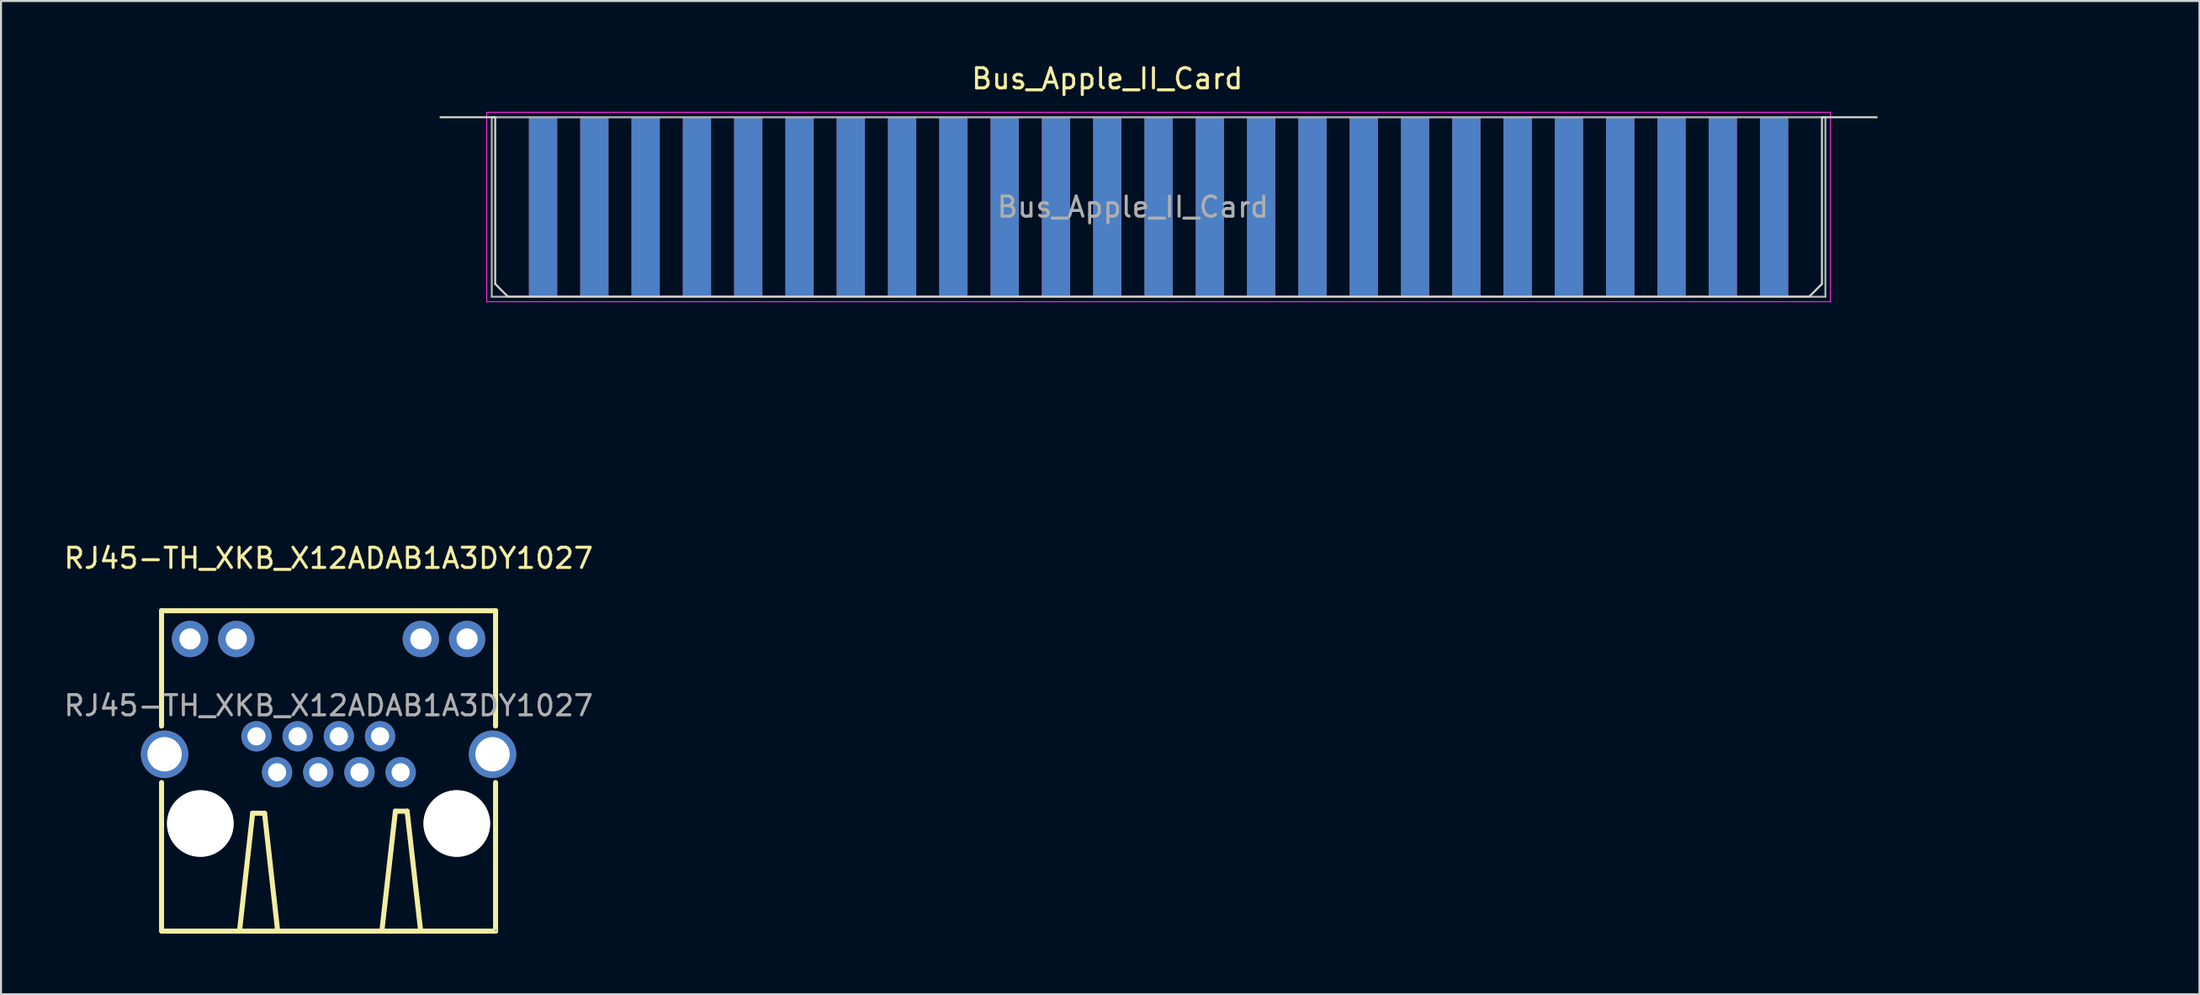
<source format=kicad_pcb>
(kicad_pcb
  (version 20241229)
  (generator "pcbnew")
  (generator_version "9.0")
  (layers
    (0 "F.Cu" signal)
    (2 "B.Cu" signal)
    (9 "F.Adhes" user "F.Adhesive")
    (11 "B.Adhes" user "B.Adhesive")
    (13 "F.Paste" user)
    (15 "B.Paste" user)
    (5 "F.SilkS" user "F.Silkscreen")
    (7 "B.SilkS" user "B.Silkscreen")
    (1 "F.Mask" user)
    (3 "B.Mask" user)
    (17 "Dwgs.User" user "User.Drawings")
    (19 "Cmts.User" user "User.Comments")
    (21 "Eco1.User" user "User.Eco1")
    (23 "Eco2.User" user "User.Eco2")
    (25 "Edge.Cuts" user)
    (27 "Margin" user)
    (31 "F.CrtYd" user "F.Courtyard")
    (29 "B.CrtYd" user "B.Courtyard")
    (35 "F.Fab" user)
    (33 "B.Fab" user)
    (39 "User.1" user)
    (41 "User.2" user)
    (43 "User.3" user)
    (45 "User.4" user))
  (footprint "RJ45-TH_XKB_X12ADAB1A3DY1027"
    (layer "F.Cu")
    (at 13.22 31.9)
    (property "Reference" "RJ45-TH_XKB_X12ADAB1A3DY1027" (at 0 -7.3 0) (layer "F.SilkS") (effects (font (size 1 1) (thickness 0.15))))
    (attr through_hole)
    (fp_line (start -8.27 -4.7) (end -8.27 1.01) (stroke (width 0.25) (type solid)) (layer "F.SilkS"))
    (fp_line (start -8.27 -4.7) (end 8.27 -4.7) (stroke (width 0.25) (type solid)) (layer "F.SilkS"))
    (fp_line (start -8.27 3.81) (end -8.27 11.17) (stroke (width 0.25) (type solid)) (layer "F.SilkS"))
    (fp_line (start -4.41 11.17) (end -3.76 5.33) (stroke (width 0.25) (type solid)) (layer "F.SilkS"))
    (fp_line (start -3.76 5.33) (end -3.17 5.33) (stroke (width 0.25) (type solid)) (layer "F.SilkS"))
    (fp_line (start -3.17 5.33) (end -2.52 11.17) (stroke (width 0.25) (type solid)) (layer "F.SilkS"))
    (fp_line (start 2.65 11.07) (end 3.31 5.23) (stroke (width 0.25) (type solid)) (layer "F.SilkS"))
    (fp_line (start 3.31 5.23) (end 3.89 5.23) (stroke (width 0.25) (type solid)) (layer "F.SilkS"))
    (fp_line (start 3.89 5.23) (end 4.55 11.07) (stroke (width 0.25) (type solid)) (layer "F.SilkS"))
    (fp_line (start 8.27 -4.7) (end 8.27 1.01) (stroke (width 0.25) (type solid)) (layer "F.SilkS"))
    (fp_line (start 8.27 3.81) (end 8.27 11.17) (stroke (width 0.25) (type solid)) (layer "F.SilkS"))
    (fp_line (start 8.27 11.17) (end -8.25 11.17) (stroke (width 0.25) (type solid)) (layer "F.SilkS"))
    (fp_circle (center -6.35 5.84) (end -5.6 5.84) (stroke (width 1.5) (type solid)) (fill no) (layer "Cmts.User"))
    (fp_circle (center 6.35 5.84) (end 7.1 5.84) (stroke (width 1.5) (type solid)) (fill no) (layer "Cmts.User"))
    (fp_circle (center -3.57 1.52) (end -3.45 1.52) (stroke (width 0.25) (type solid)) (fill no) (layer "F.Fab"))
    (fp_circle (center -2.55 3.3) (end -2.43 3.3) (stroke (width 0.25) (type solid)) (fill no) (layer "F.Fab"))
    (fp_circle (center -1.53 1.52) (end -1.41 1.52) (stroke (width 0.25) (type solid)) (fill no) (layer "F.Fab"))
    (fp_circle (center -0.51 3.3) (end -0.39 3.3) (stroke (width 0.25) (type solid)) (fill no) (layer "F.Fab"))
    (fp_circle (center 0.51 1.52) (end 0.63 1.52) (stroke (width 0.25) (type solid)) (fill no) (layer "F.Fab"))
    (fp_circle (center 1.53 3.3) (end 1.65 3.3) (stroke (width 0.25) (type solid)) (fill no) (layer "F.Fab"))
    (fp_circle (center 2.55 1.52) (end 2.67 1.52) (stroke (width 0.25) (type solid)) (fill no) (layer "F.Fab"))
    (fp_circle (center 3.57 3.3) (end 3.69 3.3) (stroke (width 0.25) (type solid)) (fill no) (layer "F.Fab"))
    (fp_circle (center 8.28 11.13) (end 8.31 11.13) (stroke (width 0.06) (type solid)) (fill no) (layer "F.Fab"))
    (fp_text user "${REFERENCE}" (at 0 0 0) (layer "F.Fab") (effects (font (size 1 1) (thickness 0.15))))
    (pad "" thru_hole circle (at -6.35 5.84) (size 3.3 3.3) (drill 3.3) (layers "*.Cu" "*.Mask"))
    (pad "" thru_hole circle (at 6.35 5.84) (size 3.3 3.3) (drill 3.3) (layers "*.Cu" "*.Mask"))
    (pad "1" thru_hole circle (at 3.57 3.3) (size 1.5 1.5) (drill 0.9) (layers "*.Cu" "*.Paste" "*.Mask"))
    (pad "2" thru_hole circle (at 2.55 1.52) (size 1.5 1.5) (drill 0.9) (layers "*.Cu" "*.Paste" "*.Mask"))
    (pad "3" thru_hole circle (at 1.53 3.3) (size 1.5 1.5) (drill 0.9) (layers "*.Cu" "*.Paste" "*.Mask"))
    (pad "4" thru_hole circle (at 0.51 1.52) (size 1.5 1.5) (drill 0.9) (layers "*.Cu" "*.Paste" "*.Mask"))
    (pad "5" thru_hole circle (at -0.51 3.3) (size 1.5 1.5) (drill 0.9) (layers "*.Cu" "*.Paste" "*.Mask"))
    (pad "6" thru_hole circle (at -1.53 1.52) (size 1.5 1.5) (drill 0.9) (layers "*.Cu" "*.Paste" "*.Mask"))
    (pad "7" thru_hole circle (at -2.55 3.3) (size 1.5 1.5) (drill 0.9) (layers "*.Cu" "*.Paste" "*.Mask"))
    (pad "8" thru_hole circle (at -3.57 1.52) (size 1.5 1.5) (drill 0.9) (layers "*.Cu" "*.Paste" "*.Mask"))
    (pad "9" thru_hole circle (at 6.86 -3.3) (size 1.8 1.8) (drill 1.05) (layers "*.Cu" "*.Paste" "*.Mask"))
    (pad "10" thru_hole circle (at 4.57 -3.3) (size 1.8 1.8) (drill 1.05) (layers "*.Cu" "*.Paste" "*.Mask"))
    (pad "11" thru_hole circle (at -4.57 -3.3) (size 1.8 1.8) (drill 1.05) (layers "*.Cu" "*.Paste" "*.Mask"))
    (pad "12" thru_hole circle (at -6.86 -3.3) (size 1.8 1.8) (drill 1.05) (layers "*.Cu" "*.Paste" "*.Mask"))
    (pad "SH" thru_hole circle (at -8.12 2.41) (size 2.35 2.35) (drill 1.7) (layers "*.Cu" "*.Paste" "*.Mask"))
    (pad "SH" thru_hole circle (at 8.12 2.41) (size 2.35 2.35) (drill 1.7) (layers "*.Cu" "*.Paste" "*.Mask")))
  (footprint "Bus_Apple_II_Card"
    (layer "F.Cu")
    (at 23.841 7.203)
    (property "Reference" "Bus_Apple_II_Card" (at 27.94 -6.355 0) (layer "F.SilkS") (effects (font (size 1 1) (thickness 0.15))))
    (attr exclude_from_pos_files exclude_from_bom)
    (fp_rect (start -2.54 -4.445) (end 63.5 4.445) (stroke (width 0.12) (type solid)) (fill yes) (layer "F.Mask"))
    (fp_rect (start -2.54 -4.445) (end 63.5 4.445) (stroke (width 0.12) (type solid)) (fill yes) (layer "B.Mask"))
    (fp_line (start -5.08 -4.445) (end -2.37 -4.445) (stroke (width 0.1) (type solid)) (layer "Edge.Cuts"))
    (fp_line (start -2.37 -4.445) (end -2.37 3.81) (stroke (width 0.1) (type solid)) (layer "Edge.Cuts"))
    (fp_line (start -2.37 3.81) (end -1.735 4.445) (stroke (width 0.1) (type solid)) (layer "Edge.Cuts"))
    (fp_line (start -1.735 4.445) (end 62.695 4.445) (stroke (width 0.1) (type solid)) (layer "Edge.Cuts"))
    (fp_line (start 62.695 4.445) (end 63.33 3.81) (stroke (width 0.1) (type solid)) (layer "Edge.Cuts"))
    (fp_line (start 63.33 -4.445) (end 66.04 -4.445) (stroke (width 0.1) (type solid)) (layer "Edge.Cuts"))
    (fp_line (start 63.33 3.81) (end 63.33 -4.445) (stroke (width 0.1) (type solid)) (layer "Edge.Cuts"))
    (fp_line (start -2.79 -4.69) (end -2.79 4.69) (stroke (width 0.05) (type solid)) (layer "F.CrtYd"))
    (fp_line (start -2.79 -4.69) (end 63.75 -4.69) (stroke (width 0.05) (type solid)) (layer "F.CrtYd"))
    (fp_line (start 63.75 4.69) (end -2.79 4.69) (stroke (width 0.05) (type solid)) (layer "F.CrtYd"))
    (fp_line (start 63.75 4.69) (end 63.75 -4.69) (stroke (width 0.05) (type solid)) (layer "F.CrtYd"))
    (fp_line (start -2.54 -4.445) (end 63.5 -4.445) (stroke (width 0.1) (type solid)) (layer "F.Fab"))
    (fp_line (start -2.54 4.445) (end -2.54 -4.445) (stroke (width 0.1) (type solid)) (layer "F.Fab"))
    (fp_line (start 63.5 -4.445) (end 63.5 4.445) (stroke (width 0.1) (type solid)) (layer "F.Fab"))
    (fp_line (start 63.5 4.445) (end -2.54 4.445) (stroke (width 0.1) (type solid)) (layer "F.Fab"))
    (fp_line (start -22.53 8.89) (end -6.985 8.89) (stroke (width 0.12) (type solid)) (layer "User.1"))
    (fp_line (start -14.502 8.89) (end -14.502 11.43) (stroke (width 0.12) (type solid)) (layer "User.1"))
    (fp_line (start -6.985 7.62) (end -6.985 10.16) (stroke (width 0.12) (type solid)) (layer "User.1"))
    (fp_line (start -2.37 7.62) (end -2.37 10.16) (stroke (width 0.12) (type solid)) (layer "User.1"))
    (fp_line (start -2.37 8.89) (end 63.33 8.89) (stroke (width 0.12) (type solid)) (layer "User.1"))
    (fp_line (start 63.33 7.62) (end 63.33 10.16) (stroke (width 0.12) (type solid)) (layer "User.1"))
    (fp_line (start 67.945 7.62) (end 67.945 10.16) (stroke (width 0.12) (type solid)) (layer "User.1"))
    (fp_line (start 67.945 8.89) (end 77.47 8.89) (stroke (width 0.12) (type solid)) (layer "User.1"))
    (fp_line (start 72.707 8.89) (end 72.707 11.43) (stroke (width 0.12) (type solid)) (layer "User.1"))
    (fp_line (start 77.47 7.62) (end 77.47 10.16) (stroke (width 0.12) (type solid)) (layer "User.1"))
    (fp_text user "${REFERENCE}" (at 29.21 0 0) (layer "F.Fab") (effects (font (size 1 1) (thickness 0.15))))
    (fp_text user "6.675\" or 169.55 Max" (at -15.24 12.7 0) (unlocked yes) (layer "User.1") (effects (font (size 1 1) (thickness 0.15))))
    (fp_text user "0.375\" or 9.525" (at 72.707 12.7 0) (unlocked yes) (layer "User.1") (effects (font (size 1 1) (thickness 0.15))))
    (fp_text user "2.95\" or 74.93 (65.7)" (at 31.665 10.16 0) (unlocked yes) (layer "User.1") (effects (font (size 1 1) (thickness 0.15))))
    (fp_text user "4.615" (at -4.678 8.89 0) (unlocked yes) (layer "User.1") (effects (font (size 1 1) (thickness 0.15))))
    (fp_text user "4.615" (at 65.638 8.89 0) (unlocked yes) (layer "User.1") (effects (font (size 1 1) (thickness 0.15))))
    (pad "1" connect rect (at 0 0) (size 1.4 8.88) (layers "F.Cu" "F.Mask"))
    (pad "2" connect rect (at 2.54 0) (size 1.4 8.88) (layers "F.Cu" "F.Mask"))
    (pad "3" connect rect (at 5.08 0) (size 1.4 8.88) (layers "F.Cu" "F.Mask"))
    (pad "4" connect rect (at 7.62 0) (size 1.4 8.88) (layers "F.Cu" "F.Mask"))
    (pad "5" connect rect (at 10.16 0) (size 1.4 8.88) (layers "F.Cu" "F.Mask"))
    (pad "6" connect rect (at 12.7 0) (size 1.4 8.88) (layers "F.Cu" "F.Mask"))
    (pad "7" connect rect (at 15.24 0) (size 1.4 8.88) (layers "F.Cu" "F.Mask"))
    (pad "8" connect rect (at 17.78 0) (size 1.4 8.88) (layers "F.Cu" "F.Mask"))
    (pad "9" connect rect (at 20.32 0) (size 1.4 8.88) (layers "F.Cu" "F.Mask"))
    (pad "10" connect rect (at 22.86 0) (size 1.4 8.88) (layers "F.Cu" "F.Mask"))
    (pad "11" connect rect (at 25.4 0) (size 1.4 8.88) (layers "F.Cu" "F.Mask"))
    (pad "12" connect rect (at 27.94 0) (size 1.4 8.88) (layers "F.Cu" "F.Mask"))
    (pad "13" connect rect (at 30.48 0) (size 1.4 8.88) (layers "F.Cu" "F.Mask"))
    (pad "14" connect rect (at 33.02 0) (size 1.4 8.88) (layers "F.Cu" "F.Mask"))
    (pad "15" connect rect (at 35.56 0) (size 1.4 8.88) (layers "F.Cu" "F.Mask"))
    (pad "16" connect rect (at 38.1 0) (size 1.4 8.88) (layers "F.Cu" "F.Mask"))
    (pad "17" connect rect (at 40.64 0) (size 1.4 8.88) (layers "F.Cu" "F.Mask"))
    (pad "18" connect rect (at 43.18 0) (size 1.4 8.88) (layers "F.Cu" "F.Mask"))
    (pad "19" connect rect (at 45.72 0) (size 1.4 8.88) (layers "F.Cu" "F.Mask"))
    (pad "20" connect rect (at 48.26 0) (size 1.4 8.88) (layers "F.Cu" "F.Mask"))
    (pad "21" connect rect (at 50.8 0) (size 1.4 8.88) (layers "F.Cu" "F.Mask"))
    (pad "22" connect rect (at 53.34 0) (size 1.4 8.88) (layers "F.Cu" "F.Mask"))
    (pad "23" connect rect (at 55.88 0) (size 1.4 8.88) (layers "F.Cu" "F.Mask"))
    (pad "24" connect rect (at 58.42 0) (size 1.4 8.88) (layers "F.Cu" "F.Mask"))
    (pad "25" connect rect (at 60.96 0) (size 1.4 8.88) (layers "F.Cu" "F.Mask"))
    (pad "26" connect rect (at 60.96 0) (size 1.4 8.88) (layers "B.Cu" "B.Mask"))
    (pad "27" connect rect (at 58.42 0) (size 1.4 8.88) (layers "B.Cu" "B.Mask"))
    (pad "28" connect rect (at 55.88 0) (size 1.4 8.88) (layers "B.Cu" "B.Mask"))
    (pad "29" connect rect (at 53.34 0) (size 1.4 8.88) (layers "B.Cu" "B.Mask"))
    (pad "30" connect rect (at 50.8 0) (size 1.4 8.88) (layers "B.Cu" "B.Mask"))
    (pad "31" connect rect (at 48.26 0) (size 1.4 8.88) (layers "B.Cu" "B.Mask"))
    (pad "32" connect rect (at 45.72 0) (size 1.4 8.88) (layers "B.Cu" "B.Mask"))
    (pad "33" connect rect (at 43.18 0) (size 1.4 8.88) (layers "B.Cu" "B.Mask"))
    (pad "34" connect rect (at 40.64 0) (size 1.4 8.88) (layers "B.Cu" "B.Mask"))
    (pad "35" connect rect (at 38.1 0) (size 1.4 8.88) (layers "B.Cu" "B.Mask"))
    (pad "36" connect rect (at 35.56 0) (size 1.4 8.88) (layers "B.Cu" "B.Mask"))
    (pad "37" connect rect (at 33.02 0) (size 1.4 8.88) (layers "B.Cu" "B.Mask"))
    (pad "38" connect rect (at 30.48 0) (size 1.4 8.88) (layers "B.Cu" "B.Mask"))
    (pad "39" connect rect (at 27.94 0) (size 1.4 8.88) (layers "B.Cu" "B.Mask"))
    (pad "40" connect rect (at 25.4 0) (size 1.4 8.88) (layers "B.Cu" "B.Mask"))
    (pad "41" connect rect (at 22.86 0) (size 1.4 8.88) (layers "B.Cu" "B.Mask"))
    (pad "42" connect rect (at 20.32 0) (size 1.4 8.88) (layers "B.Cu" "B.Mask"))
    (pad "43" connect rect (at 17.78 0) (size 1.4 8.88) (layers "B.Cu" "B.Mask"))
    (pad "44" connect rect (at 15.24 0) (size 1.4 8.88) (layers "B.Cu" "B.Mask"))
    (pad "45" connect rect (at 12.7 0) (size 1.4 8.88) (layers "B.Cu" "B.Mask"))
    (pad "46" connect rect (at 10.16 0) (size 1.4 8.88) (layers "B.Cu" "B.Mask"))
    (pad "47" connect rect (at 7.62 0) (size 1.4 8.88) (layers "B.Cu" "B.Mask"))
    (pad "48" connect rect (at 5.08 0) (size 1.4 8.88) (layers "B.Cu" "B.Mask"))
    (pad "49" connect rect (at 2.54 0) (size 1.4 8.88) (layers "B.Cu" "B.Mask"))
    (pad "50" connect rect (at 0 0) (size 1.4 8.88) (layers "B.Cu" "B.Mask")))
  (gr_rect
    (start -3 -3)
    (end 105.864 46.195)
    (stroke (width 0.1) (type default))
    (fill no)
    (layer "Edge.Cuts")))
</source>
